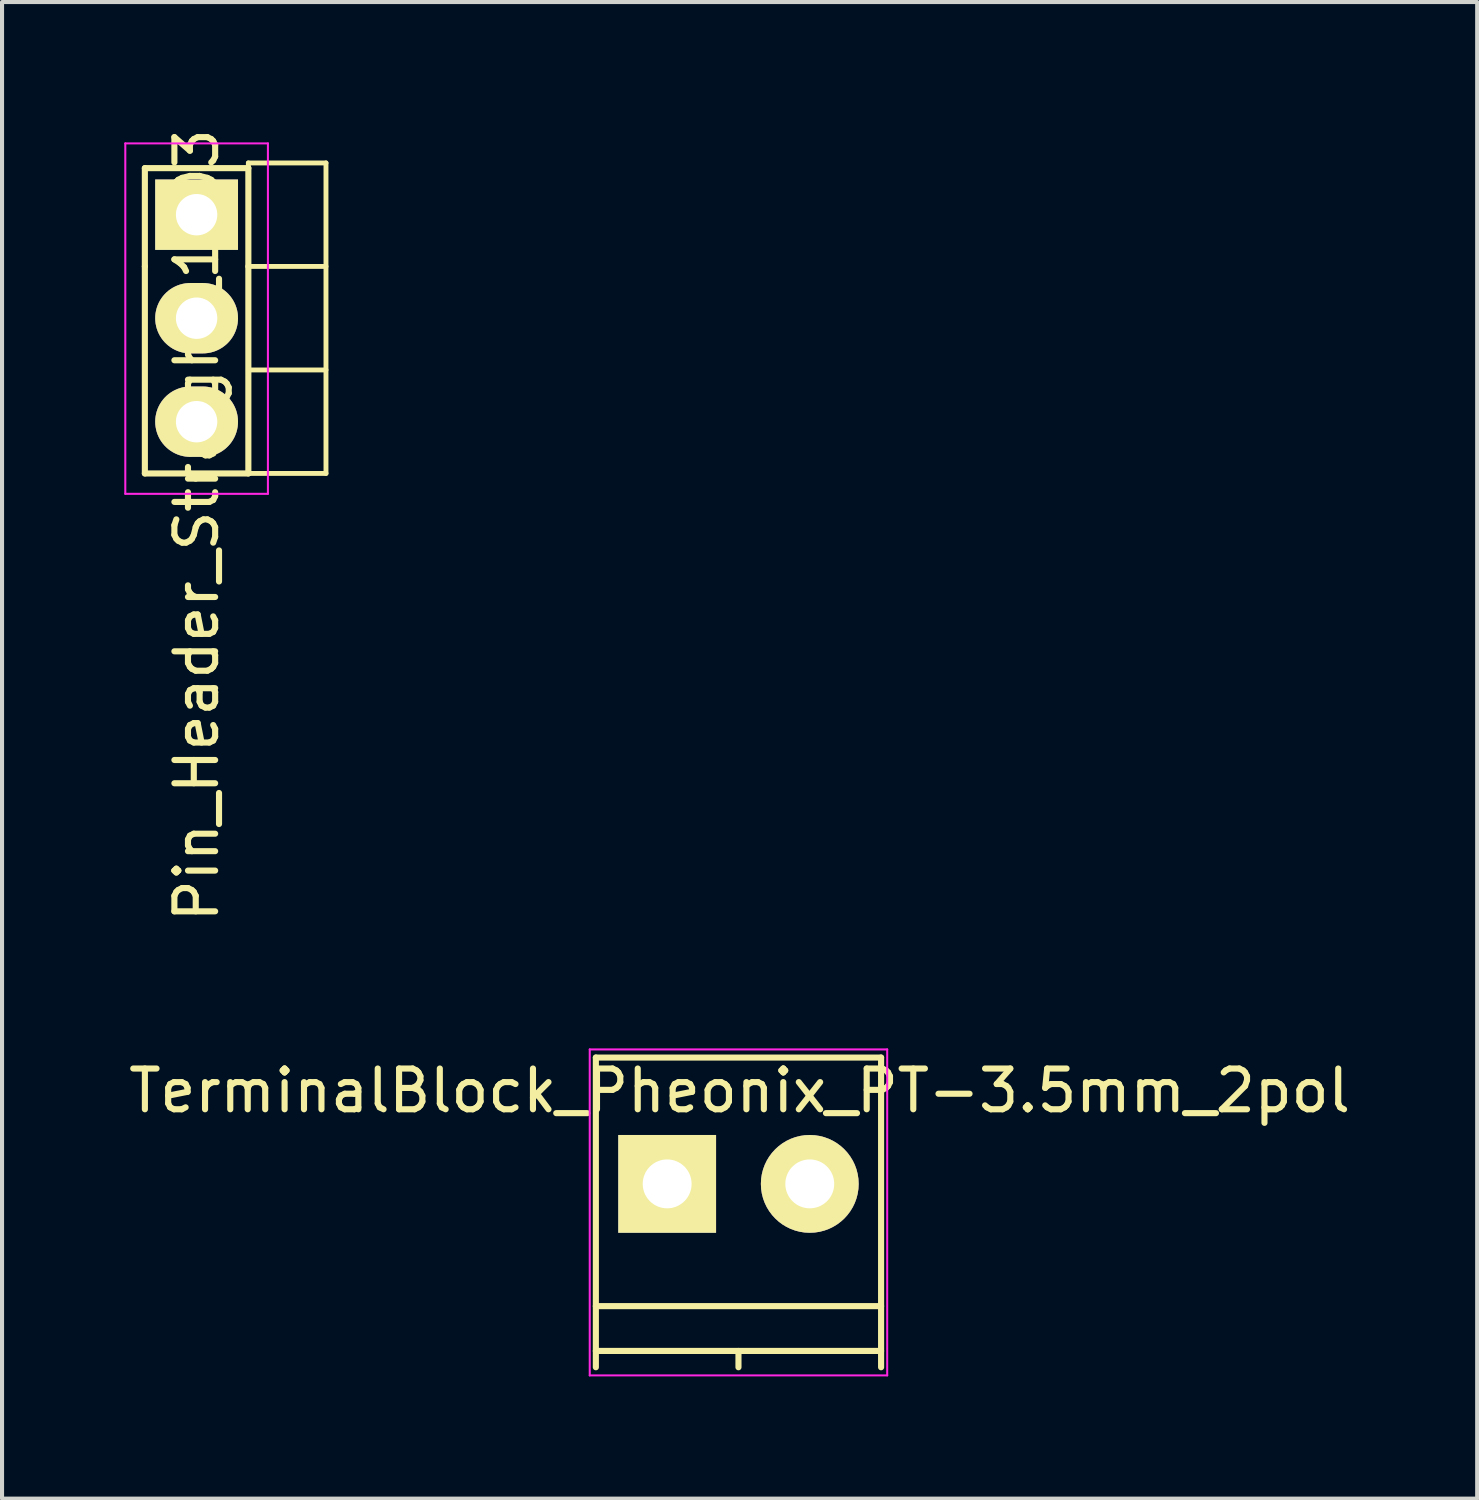
<source format=kicad_pcb>
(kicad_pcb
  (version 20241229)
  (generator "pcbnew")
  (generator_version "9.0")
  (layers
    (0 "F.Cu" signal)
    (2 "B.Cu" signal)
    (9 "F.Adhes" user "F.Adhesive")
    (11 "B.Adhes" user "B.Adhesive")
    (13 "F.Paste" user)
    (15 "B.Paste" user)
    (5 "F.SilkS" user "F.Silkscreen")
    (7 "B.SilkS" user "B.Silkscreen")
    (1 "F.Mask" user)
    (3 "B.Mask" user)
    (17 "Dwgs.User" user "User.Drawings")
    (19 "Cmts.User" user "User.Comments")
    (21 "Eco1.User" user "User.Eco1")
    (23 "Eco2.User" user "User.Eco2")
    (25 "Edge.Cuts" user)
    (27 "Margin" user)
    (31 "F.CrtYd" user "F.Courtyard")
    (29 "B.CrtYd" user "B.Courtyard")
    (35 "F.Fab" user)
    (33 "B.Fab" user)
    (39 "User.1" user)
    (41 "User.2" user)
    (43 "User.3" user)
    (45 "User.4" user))
  (footprint "TerminalBlock_Pheonix_PT-3.5mm_2pol"
    (layer "F.Cu")
    (at 13.323 26.004)
    (property "Reference" "TerminalBlock_Pheonix_PT-3.5mm_2pol" (at 1.778 -2.286 0) (layer "F.SilkS") (effects (font (size 1 1) (thickness 0.15))))
    (attr through_hole)
    (fp_line (start -1.75 -3.1) (end -1.75 4.5) (stroke (width 0.15) (type solid)) (layer "F.SilkS"))
    (fp_line (start -1.75 3) (end 5.25 3) (stroke (width 0.15) (type solid)) (layer "F.SilkS"))
    (fp_line (start -1.75 4.1) (end 5.25 4.1) (stroke (width 0.15) (type solid)) (layer "F.SilkS"))
    (fp_line (start 1.75 4.1) (end 1.75 4.5) (stroke (width 0.15) (type solid)) (layer "F.SilkS"))
    (fp_line (start 5.25 -3.1) (end -1.75 -3.1) (stroke (width 0.15) (type solid)) (layer "F.SilkS"))
    (fp_line (start 5.25 4.5) (end 5.25 -3.1) (stroke (width 0.15) (type solid)) (layer "F.SilkS"))
    (fp_line (start -1.9 -3.3) (end 5.4 -3.3) (stroke (width 0.05) (type solid)) (layer "F.CrtYd"))
    (fp_line (start -1.9 4.7) (end -1.9 -3.3) (stroke (width 0.05) (type solid)) (layer "F.CrtYd"))
    (fp_line (start 5.4 -3.3) (end 5.4 4.7) (stroke (width 0.05) (type solid)) (layer "F.CrtYd"))
    (fp_line (start 5.4 4.7) (end -1.9 4.7) (stroke (width 0.05) (type solid)) (layer "F.CrtYd"))
    (pad "1" thru_hole rect (at 0 0) (size 2.4 2.4) (drill 1.2) (layers "*.Cu" "*.Mask" "F.SilkS"))
    (pad "2" thru_hole circle (at 3.5 0) (size 2.4 2.4) (drill 1.2) (layers "*.Cu" "*.Mask" "F.SilkS")))
  (footprint "Pin_Header_Straight_1x03"
    (layer "F.Cu")
    (at 1.775 2.219)
    (property "Reference" "Pin_Header_Straight_1x03" (at 0 7.62 90) (layer "F.SilkS") (effects (font (size 1 1) (thickness 0.15))))
    (attr through_hole)
    (fp_line (start -1.27 -1.143) (end 1.27 -1.143) (stroke (width 0.15) (type solid)) (layer "F.SilkS"))
    (fp_line (start -1.27 1.27) (end -1.27 -1.143) (stroke (width 0.15) (type solid)) (layer "F.SilkS"))
    (fp_line (start -1.27 1.27) (end -1.27 6.35) (stroke (width 0.15) (type solid)) (layer "F.SilkS"))
    (fp_line (start -1.27 6.35) (end 1.27 6.35) (stroke (width 0.15) (type solid)) (layer "F.SilkS"))
    (fp_line (start 1.27 -1.27) (end 1.27 -1.143) (stroke (width 0.12) (type solid)) (layer "F.SilkS"))
    (fp_line (start 1.27 -1.143) (end 1.27 1.27) (stroke (width 0.15) (type solid)) (layer "F.SilkS"))
    (fp_line (start 1.27 1.27) (end 3.175 1.27) (stroke (width 0.12) (type solid)) (layer "F.SilkS"))
    (fp_line (start 1.27 3.81) (end 3.175 3.81) (stroke (width 0.12) (type solid)) (layer "F.SilkS"))
    (fp_line (start 1.27 6.35) (end 1.27 1.27) (stroke (width 0.15) (type solid)) (layer "F.SilkS"))
    (fp_line (start 1.27 6.35) (end 3.175 6.35) (stroke (width 0.12) (type solid)) (layer "F.SilkS"))
    (fp_line (start 3.175 -1.27) (end 1.27 -1.27) (stroke (width 0.12) (type solid)) (layer "F.SilkS"))
    (fp_line (start 3.175 6.35) (end 3.175 -1.27) (stroke (width 0.12) (type solid)) (layer "F.SilkS"))
    (fp_line (start -1.75 -1.75) (end -1.75 6.85) (stroke (width 0.05) (type solid)) (layer "F.CrtYd"))
    (fp_line (start -1.75 -1.75) (end 1.75 -1.75) (stroke (width 0.05) (type solid)) (layer "F.CrtYd"))
    (fp_line (start -1.75 6.85) (end 1.75 6.85) (stroke (width 0.05) (type solid)) (layer "F.CrtYd"))
    (fp_line (start 1.75 -1.75) (end 1.75 6.85) (stroke (width 0.05) (type solid)) (layer "F.CrtYd"))
    (pad "1" thru_hole rect (at 0 0) (size 2.032 1.727) (drill 1.016) (layers "*.Cu" "*.Mask" "F.SilkS"))
    (pad "2" thru_hole oval (at 0 2.54) (size 2.032 1.727) (drill 1.016) (layers "*.Cu" "*.Mask" "F.SilkS"))
    (pad "3" thru_hole oval (at 0 5.08) (size 2.032 1.727) (drill 1.016) (layers "*.Cu" "*.Mask" "F.SilkS")))
  (gr_rect
    (start -3 -3)
    (end 33.202 33.729)
    (stroke (width 0.1) (type default))
    (fill no)
    (layer "Edge.Cuts")))
</source>
